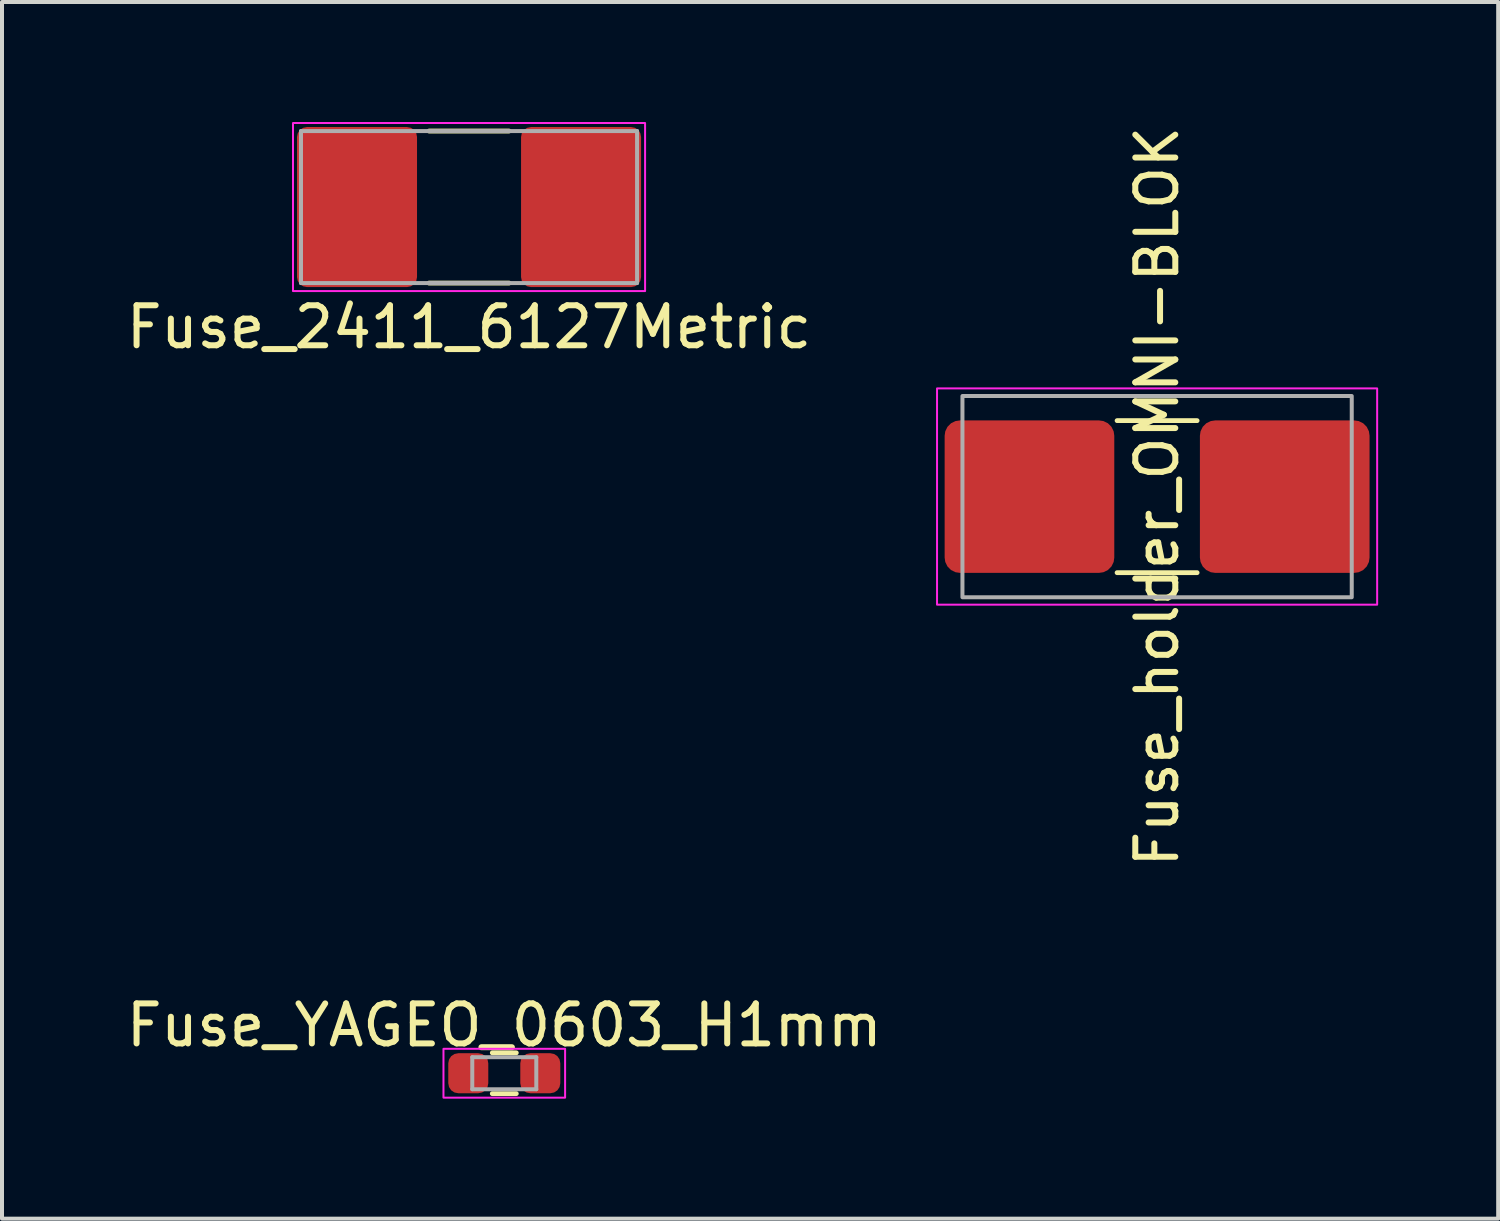
<source format=kicad_pcb>
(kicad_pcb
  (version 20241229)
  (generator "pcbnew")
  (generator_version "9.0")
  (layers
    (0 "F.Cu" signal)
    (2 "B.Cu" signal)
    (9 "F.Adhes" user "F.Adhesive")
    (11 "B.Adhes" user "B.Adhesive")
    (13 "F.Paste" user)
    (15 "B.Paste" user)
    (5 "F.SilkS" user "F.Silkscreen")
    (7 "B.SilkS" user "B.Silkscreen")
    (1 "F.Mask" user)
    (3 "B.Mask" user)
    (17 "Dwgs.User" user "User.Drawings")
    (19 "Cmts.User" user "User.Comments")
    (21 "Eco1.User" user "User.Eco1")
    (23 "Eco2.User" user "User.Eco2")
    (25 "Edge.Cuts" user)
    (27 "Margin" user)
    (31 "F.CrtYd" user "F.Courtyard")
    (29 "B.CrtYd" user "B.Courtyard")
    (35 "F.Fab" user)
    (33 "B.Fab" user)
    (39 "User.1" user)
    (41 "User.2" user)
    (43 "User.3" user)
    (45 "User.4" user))
  (footprint "Fuse_2411_6127Metric"
    (layer "F.Cu")
    (at 8.673 2.125)
    (property "Reference" "Fuse_2411_6127Metric" (at 0 3 0) (layer "F.SilkS") (effects (font (size 1 1) (thickness 0.15))))
    (attr smd)
    (fp_line (start -1 -1.9) (end 1 -1.9) (stroke (width 0.12) (type solid)) (layer "F.SilkS"))
    (fp_line (start -1 1.9) (end 1 1.9) (stroke (width 0.12) (type solid)) (layer "F.SilkS"))
    (fp_rect (start -4.4 -2.1) (end 4.4 2.1) (stroke (width 0.05) (type default)) (fill no) (layer "F.CrtYd"))
    (fp_line (start -4.2 -1.9) (end 4.2 -1.9) (stroke (width 0.1) (type solid)) (layer "F.Fab"))
    (fp_line (start -4.2 1.9) (end -4.2 -1.9) (stroke (width 0.1) (type solid)) (layer "F.Fab"))
    (fp_line (start 4.2 -1.9) (end 4.2 1.9) (stroke (width 0.1) (type solid)) (layer "F.Fab"))
    (fp_line (start 4.2 1.9) (end -4.2 1.9) (stroke (width 0.1) (type solid)) (layer "F.Fab"))
    (pad "1" smd roundrect (at -2.8 0) (size 3 4) (layers "F.Cu" "F.Mask" "F.Paste") (roundrect_rratio 0.083))
    (pad "2" smd roundrect (at 2.8 0) (size 3 4) (layers "F.Cu" "F.Mask" "F.Paste") (roundrect_rratio 0.083)))
  (footprint "Fuse_YAGEO_0603_H1mm"
    (layer "F.Cu")
    (at 9.554 23.774)
    (property "Reference" "Fuse_YAGEO_0603_H1mm" (at 0 -1.2 0) (layer "F.SilkS") (effects (font (size 1 1) (thickness 0.15))))
    (attr smd)
    (fp_line (start -0.3 -0.51) (end 0.3 -0.51) (stroke (width 0.12) (type solid)) (layer "F.SilkS"))
    (fp_line (start -0.3 0.51) (end 0.3 0.51) (stroke (width 0.12) (type solid)) (layer "F.SilkS"))
    (fp_rect (start -1.52 -0.61) (end 1.52 0.61) (stroke (width 0.05) (type default)) (fill no) (layer "F.CrtYd"))
    (fp_line (start -0.8 -0.4) (end 0.8 -0.4) (stroke (width 0.1) (type solid)) (layer "F.Fab"))
    (fp_line (start -0.8 0.4) (end -0.8 -0.4) (stroke (width 0.1) (type solid)) (layer "F.Fab"))
    (fp_line (start 0.8 -0.4) (end 0.8 0.4) (stroke (width 0.1) (type solid)) (layer "F.Fab"))
    (fp_line (start 0.8 0.4) (end -0.8 0.4) (stroke (width 0.1) (type solid)) (layer "F.Fab"))
    (pad "1" smd roundrect (at -0.9 0) (size 1 1) (layers "F.Cu" "F.Mask" "F.Paste") (roundrect_rratio 0.25))
    (pad "2" smd roundrect (at 0.9 0) (size 1 1) (layers "F.Cu" "F.Mask" "F.Paste") (roundrect_rratio 0.25)))
  (footprint "Fuse_holder_OMNI-BLOK"
    (layer "F.Cu")
    (at 25.87 9.363)
    (property "Reference" "Fuse_holder_OMNI-BLOK" (at 0 0 90) (layer "F.SilkS") (effects (font (size 1 1) (thickness 0.15))))
    (attr smd)
    (fp_line (start -1 -1.9) (end 1 -1.9) (stroke (width 0.12) (type solid)) (layer "F.SilkS"))
    (fp_line (start -1 1.9) (end 1 1.9) (stroke (width 0.12) (type solid)) (layer "F.SilkS"))
    (fp_rect (start -5.5 -2.705) (end 5.5 2.7) (stroke (width 0.05) (type default)) (fill no) (layer "F.CrtYd"))
    (fp_rect (start -4.865 -2.515) (end 4.865 2.515) (stroke (width 0.1) (type solid)) (fill no) (layer "F.Fab"))
    (pad "1" smd roundrect (at -3.19 0) (size 4.24 3.81) (layers "F.Cu" "F.Mask" "F.Paste") (roundrect_rratio 0.1))
    (pad "2" smd roundrect (at 3.19 0) (size 4.24 3.81) (layers "F.Cu" "F.Mask" "F.Paste") (roundrect_rratio 0.1)))
  (gr_rect
    (start -3 -3)
    (end 34.395 27.409)
    (stroke (width 0.1) (type default))
    (fill no)
    (layer "Edge.Cuts")))
</source>
